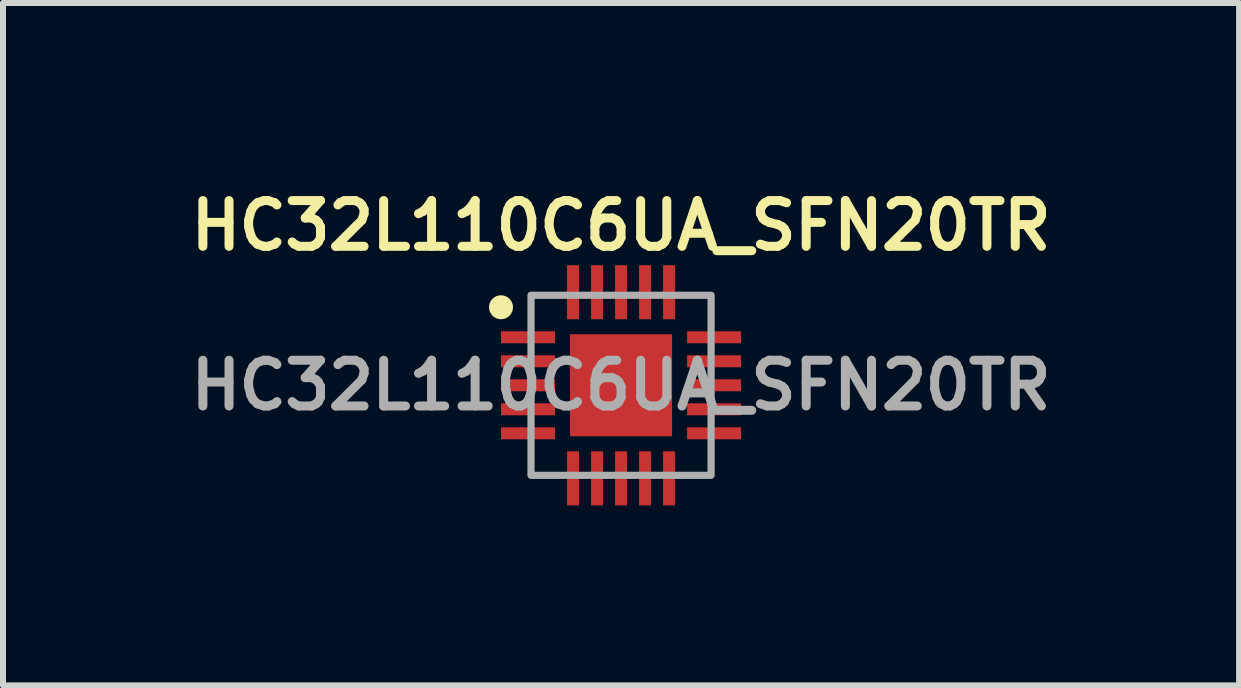
<source format=kicad_pcb>
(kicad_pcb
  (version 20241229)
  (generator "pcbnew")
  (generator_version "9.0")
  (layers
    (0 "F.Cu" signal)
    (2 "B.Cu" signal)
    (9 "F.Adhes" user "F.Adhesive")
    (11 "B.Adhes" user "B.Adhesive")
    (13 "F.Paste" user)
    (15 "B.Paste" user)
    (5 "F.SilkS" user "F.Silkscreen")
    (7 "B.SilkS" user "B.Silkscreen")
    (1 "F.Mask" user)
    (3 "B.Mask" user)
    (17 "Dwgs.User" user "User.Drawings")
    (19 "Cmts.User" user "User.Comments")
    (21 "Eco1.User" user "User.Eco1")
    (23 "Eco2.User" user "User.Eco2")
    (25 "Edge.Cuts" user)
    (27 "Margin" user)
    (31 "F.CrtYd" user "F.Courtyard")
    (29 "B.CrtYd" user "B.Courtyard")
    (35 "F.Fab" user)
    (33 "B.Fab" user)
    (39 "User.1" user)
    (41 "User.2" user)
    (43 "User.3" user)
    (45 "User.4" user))
  (footprint "HC32L110C6UA_SFN20TR"
    (layer "F.Cu")
    (at 7.297 3.369)
    (property "Reference" "HC32L110C6UA_SFN20TR" (at 0 -2.66 0) (unlocked yes) (layer "F.SilkS") (effects (font (size 0.762 0.762) (thickness 0.15))))
    (fp_circle (center -2 -1.3) (end -2 -1.5) (stroke (width 0) (type default)) (fill yes) (layer "F.SilkS"))
    (fp_poly (pts (xy 1.499 -1.5) (xy -1.499 -1.5) (xy -1.5 -1.5) (xy -1.5 -1.499) (xy -1.5 1.499) (xy -1.5 1.5) (xy -1.499 1.5) (xy 1.499 1.5) (xy 1.5 1.5) (xy 1.5 1.499) (xy 1.5 -1.499) (xy 1.5 -1.5)) (stroke (width 0.12) (type default)) (fill no) (layer "F.Fab"))
    (fp_text user "${REFERENCE}" (at 0 0 0) (layer "F.Fab") (effects (font (size 0.762 0.762) (thickness 0.15))))
    (pad "1" smd rect (at -1.55 -0.8 90) (size 0.2 0.9) (layers "F.Cu" "F.Mask" "F.Paste"))
    (pad "2" smd rect (at -1.55 -0.4 90) (size 0.2 0.9) (layers "F.Cu" "F.Mask" "F.Paste"))
    (pad "3" smd rect (at -1.55 0 90) (size 0.2 0.9) (layers "F.Cu" "F.Mask" "F.Paste"))
    (pad "4" smd rect (at -1.55 0.4 90) (size 0.2 0.9) (layers "F.Cu" "F.Mask" "F.Paste"))
    (pad "5" smd rect (at -1.55 0.8 90) (size 0.2 0.9) (layers "F.Cu" "F.Mask" "F.Paste"))
    (pad "6" smd rect (at -0.8 1.55) (size 0.2 0.9) (layers "F.Cu" "F.Mask" "F.Paste"))
    (pad "7" smd rect (at -0.4 1.55) (size 0.2 0.9) (layers "F.Cu" "F.Mask" "F.Paste"))
    (pad "8" smd rect (at 0 1.55) (size 0.2 0.9) (layers "F.Cu" "F.Mask" "F.Paste"))
    (pad "9" smd rect (at 0.4 1.55) (size 0.2 0.9) (layers "F.Cu" "F.Mask" "F.Paste"))
    (pad "10" smd rect (at 0.8 1.55) (size 0.2 0.9) (layers "F.Cu" "F.Mask" "F.Paste"))
    (pad "11" smd rect (at 1.55 0.8 90) (size 0.2 0.9) (layers "F.Cu" "F.Mask" "F.Paste"))
    (pad "12" smd rect (at 1.55 0.4 90) (size 0.2 0.9) (layers "F.Cu" "F.Mask" "F.Paste"))
    (pad "13" smd rect (at 1.55 0 90) (size 0.2 0.9) (layers "F.Cu" "F.Mask" "F.Paste"))
    (pad "14" smd rect (at 1.55 -0.4 90) (size 0.2 0.9) (layers "F.Cu" "F.Mask" "F.Paste"))
    (pad "15" smd rect (at 1.55 -0.8 90) (size 0.2 0.9) (layers "F.Cu" "F.Mask" "F.Paste"))
    (pad "16" smd rect (at 0.8 -1.55 180) (size 0.2 0.9) (layers "F.Cu" "F.Mask" "F.Paste"))
    (pad "17" smd rect (at 0.4 -1.55 180) (size 0.2 0.9) (layers "F.Cu" "F.Mask" "F.Paste"))
    (pad "18" smd rect (at 0 -1.55 180) (size 0.2 0.9) (layers "F.Cu" "F.Mask" "F.Paste"))
    (pad "19" smd rect (at -0.4 -1.55 180) (size 0.2 0.9) (layers "F.Cu" "F.Mask" "F.Paste"))
    (pad "20" smd rect (at -0.8 -1.55 180) (size 0.2 0.9) (layers "F.Cu" "F.Mask" "F.Paste"))
    (pad "21" smd rect (at 0 0 180) (size 1.7 1.7) (layers "F.Cu" "F.Mask" "F.Paste")))
  (gr_rect
    (start -3 -3)
    (end 17.594 8.369)
    (stroke (width 0.1) (type default))
    (fill no)
    (layer "Edge.Cuts")))
</source>
